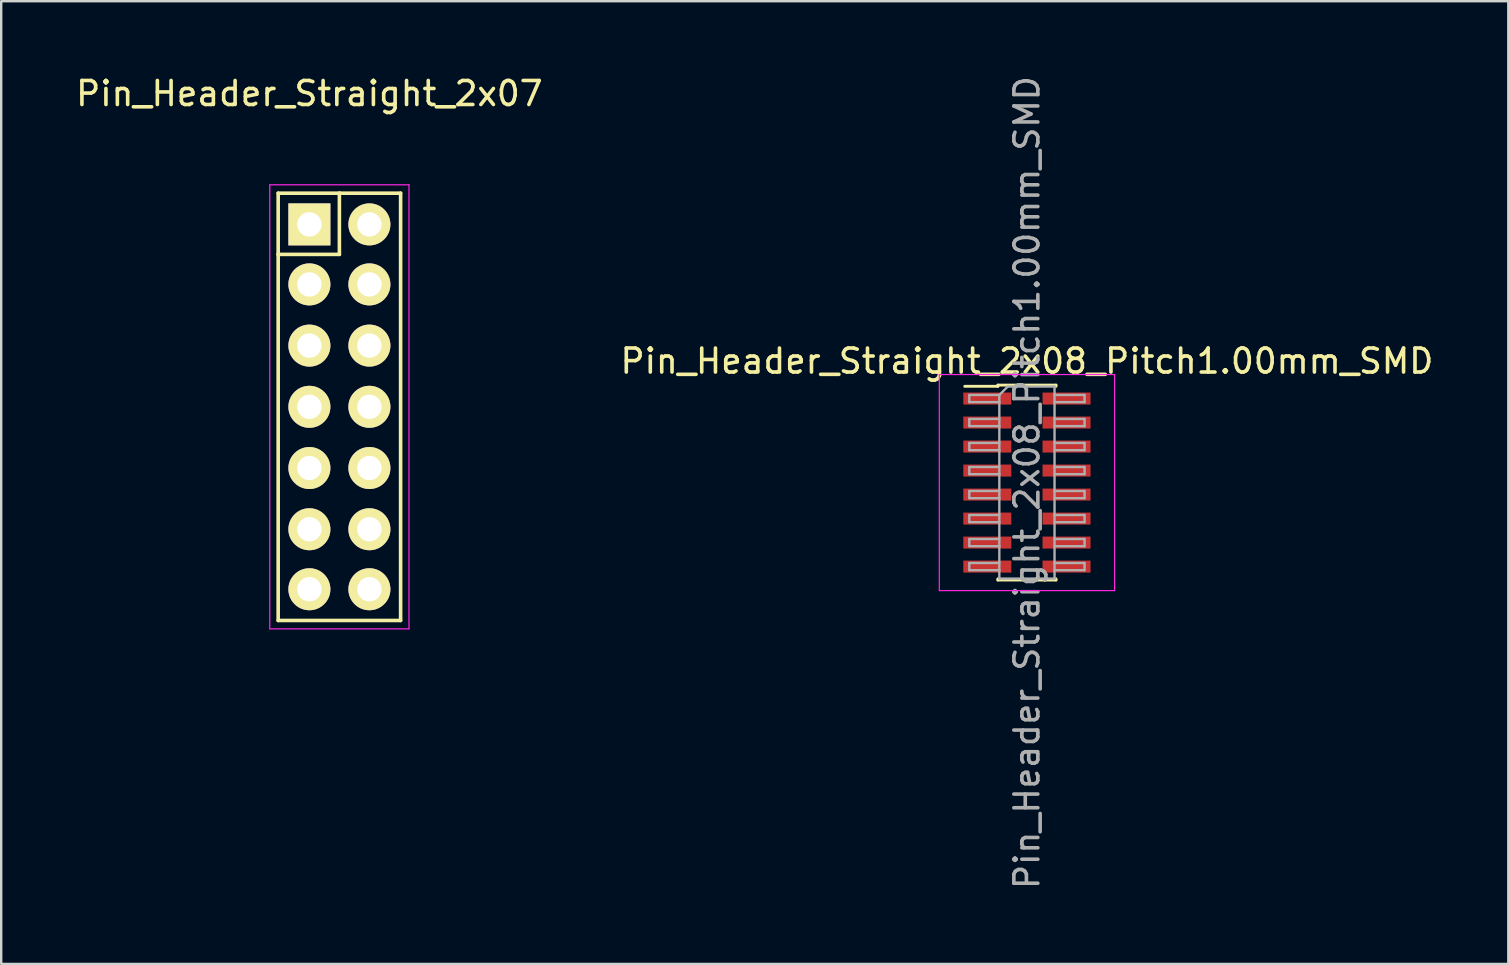
<source format=kicad_pcb>
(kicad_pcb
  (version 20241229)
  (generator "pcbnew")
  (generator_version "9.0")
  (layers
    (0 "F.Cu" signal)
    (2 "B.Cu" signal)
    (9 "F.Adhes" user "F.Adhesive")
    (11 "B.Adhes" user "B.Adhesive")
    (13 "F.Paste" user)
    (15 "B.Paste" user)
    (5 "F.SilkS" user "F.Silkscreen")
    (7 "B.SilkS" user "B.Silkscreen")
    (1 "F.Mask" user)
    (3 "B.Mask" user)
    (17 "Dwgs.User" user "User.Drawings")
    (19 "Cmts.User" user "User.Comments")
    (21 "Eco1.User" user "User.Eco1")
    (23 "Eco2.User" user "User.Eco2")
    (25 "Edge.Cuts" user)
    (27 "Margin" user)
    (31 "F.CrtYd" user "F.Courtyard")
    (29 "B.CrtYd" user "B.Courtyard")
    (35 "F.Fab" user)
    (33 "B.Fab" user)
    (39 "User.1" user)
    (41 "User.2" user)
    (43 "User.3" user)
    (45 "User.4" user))
  (footprint "Pin_Header_Straight_2x08_Pitch1.00mm_SMD"
    (layer "F.Cu")
    (at 39.732 17.054)
    (property "Reference" "Pin_Header_Straight_2x08_Pitch1.00mm_SMD" (at 0 -5.06 0) (layer "F.SilkS") (effects (font (size 1 1) (thickness 0.15))))
    (attr smd)
    (fp_line (start -2.59 -4.01) (end -1.21 -4.01) (stroke (width 0.12) (type solid)) (layer "F.SilkS"))
    (fp_line (start -1.21 -4.06) (end -1.21 -4.01) (stroke (width 0.12) (type solid)) (layer "F.SilkS"))
    (fp_line (start -1.21 -4.06) (end 1.21 -4.06) (stroke (width 0.12) (type solid)) (layer "F.SilkS"))
    (fp_line (start -1.21 4.01) (end -1.21 4.06) (stroke (width 0.12) (type solid)) (layer "F.SilkS"))
    (fp_line (start -1.21 4.06) (end 1.21 4.06) (stroke (width 0.12) (type solid)) (layer "F.SilkS"))
    (fp_line (start 1.21 -4.06) (end 1.21 -4.01) (stroke (width 0.12) (type solid)) (layer "F.SilkS"))
    (fp_line (start 1.21 4.01) (end 1.21 4.06) (stroke (width 0.12) (type solid)) (layer "F.SilkS"))
    (fp_line (start -3.65 -4.5) (end -3.65 4.5) (stroke (width 0.05) (type solid)) (layer "F.CrtYd"))
    (fp_line (start -3.65 4.5) (end 3.65 4.5) (stroke (width 0.05) (type solid)) (layer "F.CrtYd"))
    (fp_line (start 3.65 -4.5) (end -3.65 -4.5) (stroke (width 0.05) (type solid)) (layer "F.CrtYd"))
    (fp_line (start 3.65 4.5) (end 3.65 -4.5) (stroke (width 0.05) (type solid)) (layer "F.CrtYd"))
    (fp_line (start -2.4 -3.65) (end -2.4 -3.35) (stroke (width 0.1) (type solid)) (layer "F.Fab"))
    (fp_line (start -2.4 -3.35) (end -1.15 -3.35) (stroke (width 0.1) (type solid)) (layer "F.Fab"))
    (fp_line (start -2.4 -2.65) (end -2.4 -2.35) (stroke (width 0.1) (type solid)) (layer "F.Fab"))
    (fp_line (start -2.4 -2.35) (end -1.15 -2.35) (stroke (width 0.1) (type solid)) (layer "F.Fab"))
    (fp_line (start -2.4 -1.65) (end -2.4 -1.35) (stroke (width 0.1) (type solid)) (layer "F.Fab"))
    (fp_line (start -2.4 -1.35) (end -1.15 -1.35) (stroke (width 0.1) (type solid)) (layer "F.Fab"))
    (fp_line (start -2.4 -0.65) (end -2.4 -0.35) (stroke (width 0.1) (type solid)) (layer "F.Fab"))
    (fp_line (start -2.4 -0.35) (end -1.15 -0.35) (stroke (width 0.1) (type solid)) (layer "F.Fab"))
    (fp_line (start -2.4 0.35) (end -2.4 0.65) (stroke (width 0.1) (type solid)) (layer "F.Fab"))
    (fp_line (start -2.4 0.65) (end -1.15 0.65) (stroke (width 0.1) (type solid)) (layer "F.Fab"))
    (fp_line (start -2.4 1.35) (end -2.4 1.65) (stroke (width 0.1) (type solid)) (layer "F.Fab"))
    (fp_line (start -2.4 1.65) (end -1.15 1.65) (stroke (width 0.1) (type solid)) (layer "F.Fab"))
    (fp_line (start -2.4 2.35) (end -2.4 2.65) (stroke (width 0.1) (type solid)) (layer "F.Fab"))
    (fp_line (start -2.4 2.65) (end -1.15 2.65) (stroke (width 0.1) (type solid)) (layer "F.Fab"))
    (fp_line (start -2.4 3.35) (end -2.4 3.65) (stroke (width 0.1) (type solid)) (layer "F.Fab"))
    (fp_line (start -2.4 3.65) (end -1.15 3.65) (stroke (width 0.1) (type solid)) (layer "F.Fab"))
    (fp_line (start -1.15 -3.65) (end -2.4 -3.65) (stroke (width 0.1) (type solid)) (layer "F.Fab"))
    (fp_line (start -1.15 -3.65) (end -0.8 -4) (stroke (width 0.1) (type solid)) (layer "F.Fab"))
    (fp_line (start -1.15 -2.65) (end -2.4 -2.65) (stroke (width 0.1) (type solid)) (layer "F.Fab"))
    (fp_line (start -1.15 -1.65) (end -2.4 -1.65) (stroke (width 0.1) (type solid)) (layer "F.Fab"))
    (fp_line (start -1.15 -0.65) (end -2.4 -0.65) (stroke (width 0.1) (type solid)) (layer "F.Fab"))
    (fp_line (start -1.15 0.35) (end -2.4 0.35) (stroke (width 0.1) (type solid)) (layer "F.Fab"))
    (fp_line (start -1.15 1.35) (end -2.4 1.35) (stroke (width 0.1) (type solid)) (layer "F.Fab"))
    (fp_line (start -1.15 2.35) (end -2.4 2.35) (stroke (width 0.1) (type solid)) (layer "F.Fab"))
    (fp_line (start -1.15 3.35) (end -2.4 3.35) (stroke (width 0.1) (type solid)) (layer "F.Fab"))
    (fp_line (start -1.15 4) (end -1.15 -3.65) (stroke (width 0.1) (type solid)) (layer "F.Fab"))
    (fp_line (start -0.8 -4) (end 1.15 -4) (stroke (width 0.1) (type solid)) (layer "F.Fab"))
    (fp_line (start 1.15 -4) (end 1.15 4) (stroke (width 0.1) (type solid)) (layer "F.Fab"))
    (fp_line (start 1.15 -3.65) (end 2.4 -3.65) (stroke (width 0.1) (type solid)) (layer "F.Fab"))
    (fp_line (start 1.15 -2.65) (end 2.4 -2.65) (stroke (width 0.1) (type solid)) (layer "F.Fab"))
    (fp_line (start 1.15 -1.65) (end 2.4 -1.65) (stroke (width 0.1) (type solid)) (layer "F.Fab"))
    (fp_line (start 1.15 -0.65) (end 2.4 -0.65) (stroke (width 0.1) (type solid)) (layer "F.Fab"))
    (fp_line (start 1.15 0.35) (end 2.4 0.35) (stroke (width 0.1) (type solid)) (layer "F.Fab"))
    (fp_line (start 1.15 1.35) (end 2.4 1.35) (stroke (width 0.1) (type solid)) (layer "F.Fab"))
    (fp_line (start 1.15 2.35) (end 2.4 2.35) (stroke (width 0.1) (type solid)) (layer "F.Fab"))
    (fp_line (start 1.15 3.35) (end 2.4 3.35) (stroke (width 0.1) (type solid)) (layer "F.Fab"))
    (fp_line (start 1.15 4) (end -1.15 4) (stroke (width 0.1) (type solid)) (layer "F.Fab"))
    (fp_line (start 2.4 -3.65) (end 2.4 -3.35) (stroke (width 0.1) (type solid)) (layer "F.Fab"))
    (fp_line (start 2.4 -3.35) (end 1.15 -3.35) (stroke (width 0.1) (type solid)) (layer "F.Fab"))
    (fp_line (start 2.4 -2.65) (end 2.4 -2.35) (stroke (width 0.1) (type solid)) (layer "F.Fab"))
    (fp_line (start 2.4 -2.35) (end 1.15 -2.35) (stroke (width 0.1) (type solid)) (layer "F.Fab"))
    (fp_line (start 2.4 -1.65) (end 2.4 -1.35) (stroke (width 0.1) (type solid)) (layer "F.Fab"))
    (fp_line (start 2.4 -1.35) (end 1.15 -1.35) (stroke (width 0.1) (type solid)) (layer "F.Fab"))
    (fp_line (start 2.4 -0.65) (end 2.4 -0.35) (stroke (width 0.1) (type solid)) (layer "F.Fab"))
    (fp_line (start 2.4 -0.35) (end 1.15 -0.35) (stroke (width 0.1) (type solid)) (layer "F.Fab"))
    (fp_line (start 2.4 0.35) (end 2.4 0.65) (stroke (width 0.1) (type solid)) (layer "F.Fab"))
    (fp_line (start 2.4 0.65) (end 1.15 0.65) (stroke (width 0.1) (type solid)) (layer "F.Fab"))
    (fp_line (start 2.4 1.35) (end 2.4 1.65) (stroke (width 0.1) (type solid)) (layer "F.Fab"))
    (fp_line (start 2.4 1.65) (end 1.15 1.65) (stroke (width 0.1) (type solid)) (layer "F.Fab"))
    (fp_line (start 2.4 2.35) (end 2.4 2.65) (stroke (width 0.1) (type solid)) (layer "F.Fab"))
    (fp_line (start 2.4 2.65) (end 1.15 2.65) (stroke (width 0.1) (type solid)) (layer "F.Fab"))
    (fp_line (start 2.4 3.35) (end 2.4 3.65) (stroke (width 0.1) (type solid)) (layer "F.Fab"))
    (fp_line (start 2.4 3.65) (end 1.15 3.65) (stroke (width 0.1) (type solid)) (layer "F.Fab"))
    (fp_text user "${REFERENCE}" (at 0 0 90) (layer "F.Fab") (effects (font (size 1 1) (thickness 0.15))))
    (pad "1" smd rect (at -1.65 -3.5) (size 2 0.5) (layers "F.Cu" "F.Mask" "F.Paste"))
    (pad "2" smd rect (at 1.65 -3.5) (size 2 0.5) (layers "F.Cu" "F.Mask" "F.Paste"))
    (pad "3" smd rect (at -1.65 -2.5) (size 2 0.5) (layers "F.Cu" "F.Mask" "F.Paste"))
    (pad "4" smd rect (at 1.65 -2.5) (size 2 0.5) (layers "F.Cu" "F.Mask" "F.Paste"))
    (pad "5" smd rect (at -1.65 -1.5) (size 2 0.5) (layers "F.Cu" "F.Mask" "F.Paste"))
    (pad "6" smd rect (at 1.65 -1.5) (size 2 0.5) (layers "F.Cu" "F.Mask" "F.Paste"))
    (pad "7" smd rect (at -1.65 -0.5) (size 2 0.5) (layers "F.Cu" "F.Mask" "F.Paste"))
    (pad "8" smd rect (at 1.65 -0.5) (size 2 0.5) (layers "F.Cu" "F.Mask" "F.Paste"))
    (pad "9" smd rect (at -1.65 0.5) (size 2 0.5) (layers "F.Cu" "F.Mask" "F.Paste"))
    (pad "10" smd rect (at 1.65 0.5) (size 2 0.5) (layers "F.Cu" "F.Mask" "F.Paste"))
    (pad "11" smd rect (at -1.65 1.5) (size 2 0.5) (layers "F.Cu" "F.Mask" "F.Paste"))
    (pad "12" smd rect (at 1.65 1.5) (size 2 0.5) (layers "F.Cu" "F.Mask" "F.Paste"))
    (pad "13" smd rect (at -1.65 2.5) (size 2 0.5) (layers "F.Cu" "F.Mask" "F.Paste"))
    (pad "14" smd rect (at 1.65 2.5) (size 2 0.5) (layers "F.Cu" "F.Mask" "F.Paste"))
    (pad "15" smd rect (at -1.65 3.5) (size 2 0.5) (layers "F.Cu" "F.Mask" "F.Paste"))
    (pad "16" smd rect (at 1.65 3.5) (size 2 0.5) (layers "F.Cu" "F.Mask" "F.Paste")))
  (footprint "Pin_Header_Straight_2x07"
    (layer "F.Cu")
    (at 9.839 6.298)
    (property "Reference" "Pin_Header_Straight_2x07" (at 0 -5.45 0) (layer "F.SilkS") (effects (font (size 1 1) (thickness 0.15))))
    (attr through_hole)
    (fp_line (start -1.3 -1.3) (end -1.3 1.25) (stroke (width 0.15) (type solid)) (layer "F.SilkS"))
    (fp_line (start -1.3 -1.3) (end 1.25 -1.3) (stroke (width 0.15) (type solid)) (layer "F.SilkS"))
    (fp_line (start -1.3 1.25) (end -1.3 16.5) (stroke (width 0.15) (type solid)) (layer "F.SilkS"))
    (fp_line (start 1.25 -1.3) (end 1.25 1.25) (stroke (width 0.15) (type solid)) (layer "F.SilkS"))
    (fp_line (start 1.25 1.25) (end -1.3 1.25) (stroke (width 0.15) (type solid)) (layer "F.SilkS"))
    (fp_line (start 3.8 -1.3) (end 1.25 -1.3) (stroke (width 0.15) (type solid)) (layer "F.SilkS"))
    (fp_line (start 3.8 16.5) (end -1.3 16.5) (stroke (width 0.15) (type solid)) (layer "F.SilkS"))
    (fp_line (start 3.8 16.5) (end 3.8 -1.3) (stroke (width 0.15) (type solid)) (layer "F.SilkS"))
    (fp_line (start -1.65 -1.65) (end -1.65 16.85) (stroke (width 0.05) (type solid)) (layer "F.CrtYd"))
    (fp_line (start -1.65 -1.65) (end 4.15 -1.65) (stroke (width 0.05) (type solid)) (layer "F.CrtYd"))
    (fp_line (start -1.65 16.85) (end 4.15 16.85) (stroke (width 0.05) (type solid)) (layer "F.CrtYd"))
    (fp_line (start 4.15 -1.65) (end 4.15 16.85) (stroke (width 0.05) (type solid)) (layer "F.CrtYd"))
    (pad "1" thru_hole rect (at 0 0) (size 1.75 1.75) (drill 1.016) (layers "*.Cu" "*.Mask" "F.SilkS"))
    (pad "2" thru_hole oval (at 2.5 0) (size 1.75 1.75) (drill 1.016) (layers "*.Cu" "*.Mask" "F.SilkS"))
    (pad "3" thru_hole oval (at 0 2.5) (size 1.75 1.75) (drill 1.016) (layers "*.Cu" "*.Mask" "F.SilkS"))
    (pad "4" thru_hole oval (at 2.5 2.5) (size 1.75 1.75) (drill 1.016) (layers "*.Cu" "*.Mask" "F.SilkS"))
    (pad "5" thru_hole oval (at 0 5.05) (size 1.75 1.75) (drill 1.016) (layers "*.Cu" "*.Mask" "F.SilkS"))
    (pad "6" thru_hole oval (at 2.5 5.05) (size 1.75 1.75) (drill 1.016) (layers "*.Cu" "*.Mask" "F.SilkS"))
    (pad "7" thru_hole oval (at 0 7.6) (size 1.75 1.75) (drill 1.016) (layers "*.Cu" "*.Mask" "F.SilkS"))
    (pad "8" thru_hole oval (at 2.5 7.6) (size 1.75 1.75) (drill 1.016) (layers "*.Cu" "*.Mask" "F.SilkS"))
    (pad "9" thru_hole oval (at 0 10.15) (size 1.75 1.75) (drill 1.016) (layers "*.Cu" "*.Mask" "F.SilkS"))
    (pad "10" thru_hole oval (at 2.5 10.15) (size 1.75 1.75) (drill 1.016) (layers "*.Cu" "*.Mask" "F.SilkS"))
    (pad "11" thru_hole oval (at 0 12.7) (size 1.75 1.75) (drill 1.016) (layers "*.Cu" "*.Mask" "F.SilkS"))
    (pad "12" thru_hole oval (at 2.5 12.7) (size 1.75 1.75) (drill 1.016) (layers "*.Cu" "*.Mask" "F.SilkS"))
    (pad "13" thru_hole oval (at 0 15.2) (size 1.75 1.75) (drill 1.016) (layers "*.Cu" "*.Mask" "F.SilkS"))
    (pad "14" thru_hole oval (at 2.5 15.2) (size 1.75 1.75) (drill 1.016) (layers "*.Cu" "*.Mask" "F.SilkS")))
  (gr_rect
    (start -3 -3)
    (end 59.786 37.107)
    (stroke (width 0.1) (type default))
    (fill no)
    (layer "Edge.Cuts")))
</source>
